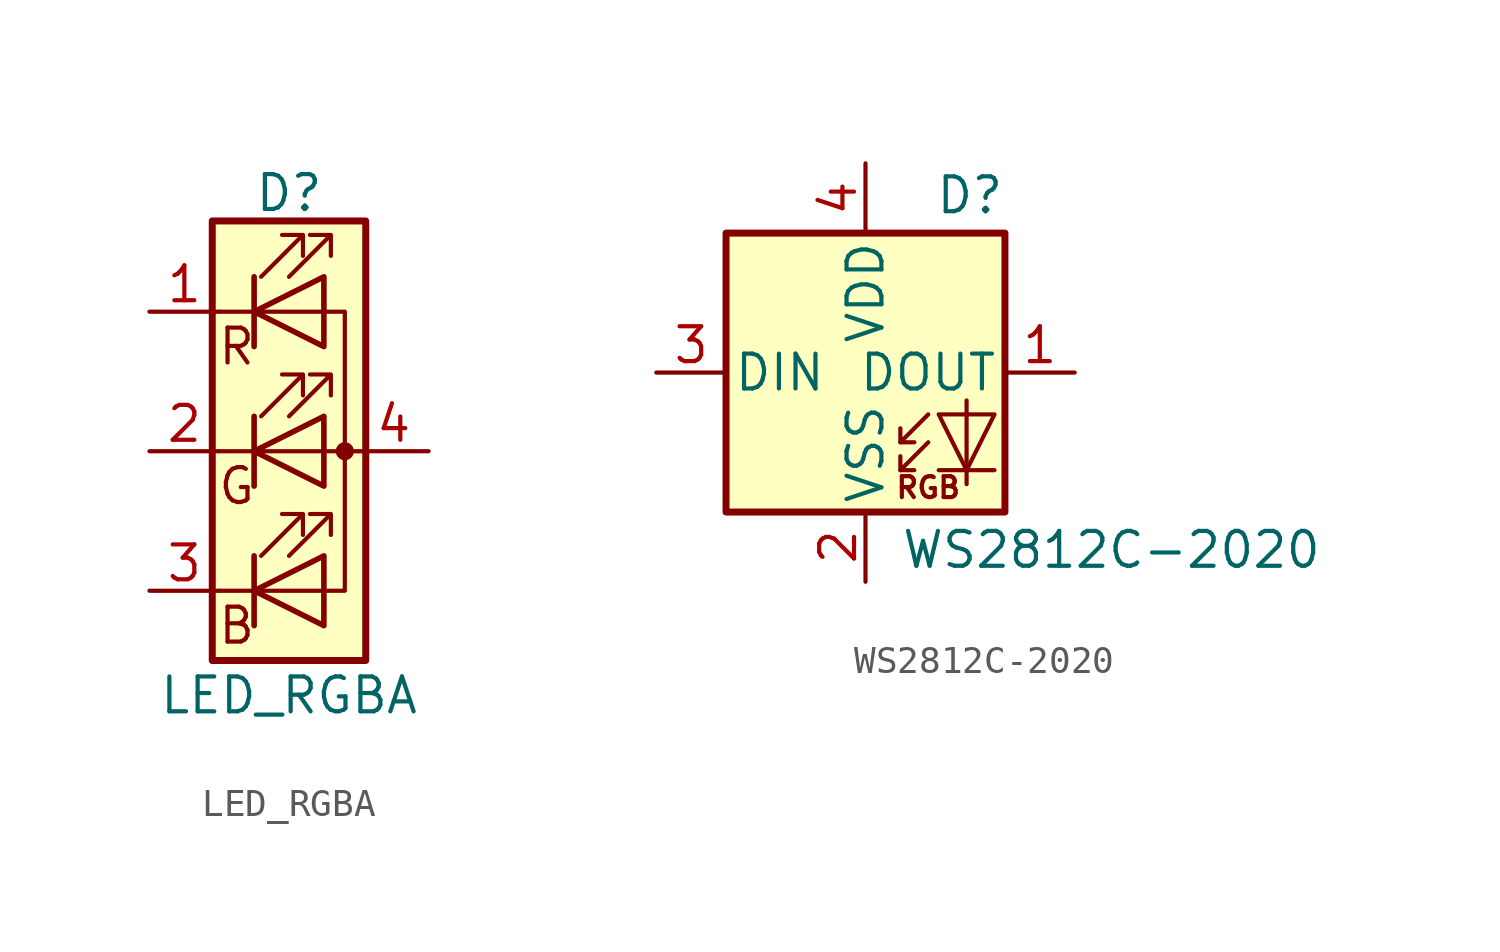
<source format=kicad_sym>
(kicad_symbol_lib
  (version 20231120)
  (generator "kicad_symbol_editor")
  (generator_version "8.0")
  (symbol "LED_RGBA"
    (pin_names
      (offset 0) hide)
    (property "Reference" "D"
      (at 0 9.398 0)
      (effects (font (size 1.27 1.27))))
    (property "Value" "LED_RGBA"
      (at 0 -8.89 0)
      (effects (font (size 1.27 1.27))))
    (symbol "LED_RGBA_0_0"
      (text "B" (at -1.905 -6.35 0) (effects (font (size 1.27 1.27))))
      (text "G" (at -1.905 -1.27 0) (effects (font (size 1.27 1.27))))
      (text "R" (at -1.905 3.81 0) (effects (font (size 1.27 1.27)))))
    (symbol "LED_RGBA_0_1"
      (polyline (pts (xy -2.54 -5.08) (xy 1.27 -5.08)) (stroke (width 0) (type default)) (fill (type none)))
      (polyline (pts (xy -1.27 -3.81) (xy -1.27 -6.35)) (stroke (width 0.203) (type default)) (fill (type none)))
      (polyline (pts (xy -1.27 1.27) (xy -1.27 -1.27)) (stroke (width 0.203) (type default)) (fill (type none)))
      (polyline (pts (xy -1.27 6.35) (xy -1.27 3.81)) (stroke (width 0.203) (type default)) (fill (type none)))
      (polyline (pts (xy 1.27 5.08) (xy -2.54 5.08)) (stroke (width 0) (type default)) (fill (type none)))
      (polyline (pts (xy 2.54 0) (xy -2.54 0)) (stroke (width 0) (type default)) (fill (type none)))
      (polyline (pts (xy 1.27 -5.08) (xy 2.032 -5.08) (xy 2.032 5.08) (xy 1.27 5.08)) (stroke (width 0) (type default)) (fill (type none)))
      (polyline (pts (xy 1.27 -3.81) (xy 1.27 -6.35) (xy -1.27 -5.08) (xy 1.27 -3.81)) (stroke (width 0.203) (type default)) (fill (type none)))
      (polyline (pts (xy 1.27 1.27) (xy 1.27 -1.27) (xy -1.27 0) (xy 1.27 1.27)) (stroke (width 0.203) (type default)) (fill (type none)))
      (polyline (pts (xy 1.27 6.35) (xy 1.27 3.81) (xy -1.27 5.08) (xy 1.27 6.35)) (stroke (width 0.203) (type default)) (fill (type none)))
      (polyline (pts (xy -1.016 -3.81) (xy 0.508 -2.286) (xy -0.254 -2.286) (xy 0.508 -2.286) (xy 0.508 -3.048)) (stroke (width 0) (type default)) (fill (type none)))
      (polyline (pts (xy -1.016 1.27) (xy 0.508 2.794) (xy -0.254 2.794) (xy 0.508 2.794) (xy 0.508 2.032)) (stroke (width 0) (type default)) (fill (type none)))
      (polyline (pts (xy -1.016 6.35) (xy 0.508 7.874) (xy -0.254 7.874) (xy 0.508 7.874) (xy 0.508 7.112)) (stroke (width 0) (type default)) (fill (type none)))
      (polyline (pts (xy 0 -3.81) (xy 1.524 -2.286) (xy 0.762 -2.286) (xy 1.524 -2.286) (xy 1.524 -3.048)) (stroke (width 0) (type default)) (fill (type none)))
      (polyline (pts (xy 0 1.27) (xy 1.524 2.794) (xy 0.762 2.794) (xy 1.524 2.794) (xy 1.524 2.032)) (stroke (width 0) (type default)) (fill (type none)))
      (polyline (pts (xy 0 6.35) (xy 1.524 7.874) (xy 0.762 7.874) (xy 1.524 7.874) (xy 1.524 7.112)) (stroke (width 0) (type default)) (fill (type none)))
      (rectangle (start 1.27 6.35) (end 1.27 6.35) (stroke (width 0) (type default)) (fill (type none)))
      (circle (center 2.032 0) (radius 0.254) (stroke (width 0) (type default)) (fill (type outline)))
      (rectangle (start 2.794 8.382) (end -2.794 -7.62) (stroke (width 0.254) (type default)) (fill (type background))))
    (symbol "LED_RGBA_1_1"
      (pin passive line (at -5.08 5.08 0) (length 2.54) (name "RK" (effects (font (size 1.27 1.27)))) (number "1" (effects (font (size 1.27 1.27)))))
      (pin passive line (at -5.08 0 0) (length 2.54) (name "GK" (effects (font (size 1.27 1.27)))) (number "2" (effects (font (size 1.27 1.27)))))
      (pin passive line (at -5.08 -5.08 0) (length 2.54) (name "BK" (effects (font (size 1.27 1.27)))) (number "3" (effects (font (size 1.27 1.27)))))
      (pin passive line (at 5.08 0 180) (length 2.54) (name "A" (effects (font (size 1.27 1.27)))) (number "4" (effects (font (size 1.27 1.27)))))))
  (symbol "WS2812C-2020"
    (pin_names
      (offset 0.254))
    (property "Reference" "D"
      (at 5.08 5.715 0)
      (effects (font (size 1.27 1.27)) (justify right bottom)))
    (property "Value" "WS2812C-2020"
      (at 1.27 -5.715 0)
      (effects (font (size 1.27 1.27)) (justify left top)))
    (symbol "WS2812C-2020_0_0"
      (text "RGB" (at 2.286 -4.191 0) (effects (font (size 0.762 0.762)))))
    (symbol "WS2812C-2020_0_1"
      (polyline (pts (xy 1.27 -3.556) (xy 1.778 -3.556)) (stroke (width 0) (type default)) (fill (type none)))
      (polyline (pts (xy 1.27 -2.54) (xy 1.778 -2.54)) (stroke (width 0) (type default)) (fill (type none)))
      (polyline (pts (xy 4.699 -3.556) (xy 2.667 -3.556)) (stroke (width 0) (type default)) (fill (type none)))
      (polyline (pts (xy 2.286 -2.54) (xy 1.27 -3.556) (xy 1.27 -3.048)) (stroke (width 0) (type default)) (fill (type none)))
      (polyline (pts (xy 2.286 -1.524) (xy 1.27 -2.54) (xy 1.27 -2.032)) (stroke (width 0) (type default)) (fill (type none)))
      (polyline (pts (xy 3.683 -1.016) (xy 3.683 -3.556) (xy 3.683 -4.064)) (stroke (width 0) (type default)) (fill (type none)))
      (polyline (pts (xy 4.699 -1.524) (xy 2.667 -1.524) (xy 3.683 -3.556) (xy 4.699 -1.524)) (stroke (width 0) (type default)) (fill (type none)))
      (rectangle (start 5.08 5.08) (end -5.08 -5.08) (stroke (width 0.254) (type default)) (fill (type background))))
    (symbol "WS2812C-2020_1_1"
      (pin output line (at 7.62 0 180) (length 2.54) (name "DOUT" (effects (font (size 1.27 1.27)))) (number "1" (effects (font (size 1.27 1.27)))))
      (pin power_in line (at 0 -7.62 90) (length 2.54) (name "VSS" (effects (font (size 1.27 1.27)))) (number "2" (effects (font (size 1.27 1.27)))))
      (pin input line (at -7.62 0 0) (length 2.54) (name "DIN" (effects (font (size 1.27 1.27)))) (number "3" (effects (font (size 1.27 1.27)))))
      (pin power_in line (at 0 7.62 270) (length 2.54) (name "VDD" (effects (font (size 1.27 1.27)))) (number "4" (effects (font (size 1.27 1.27))))))))
</source>
